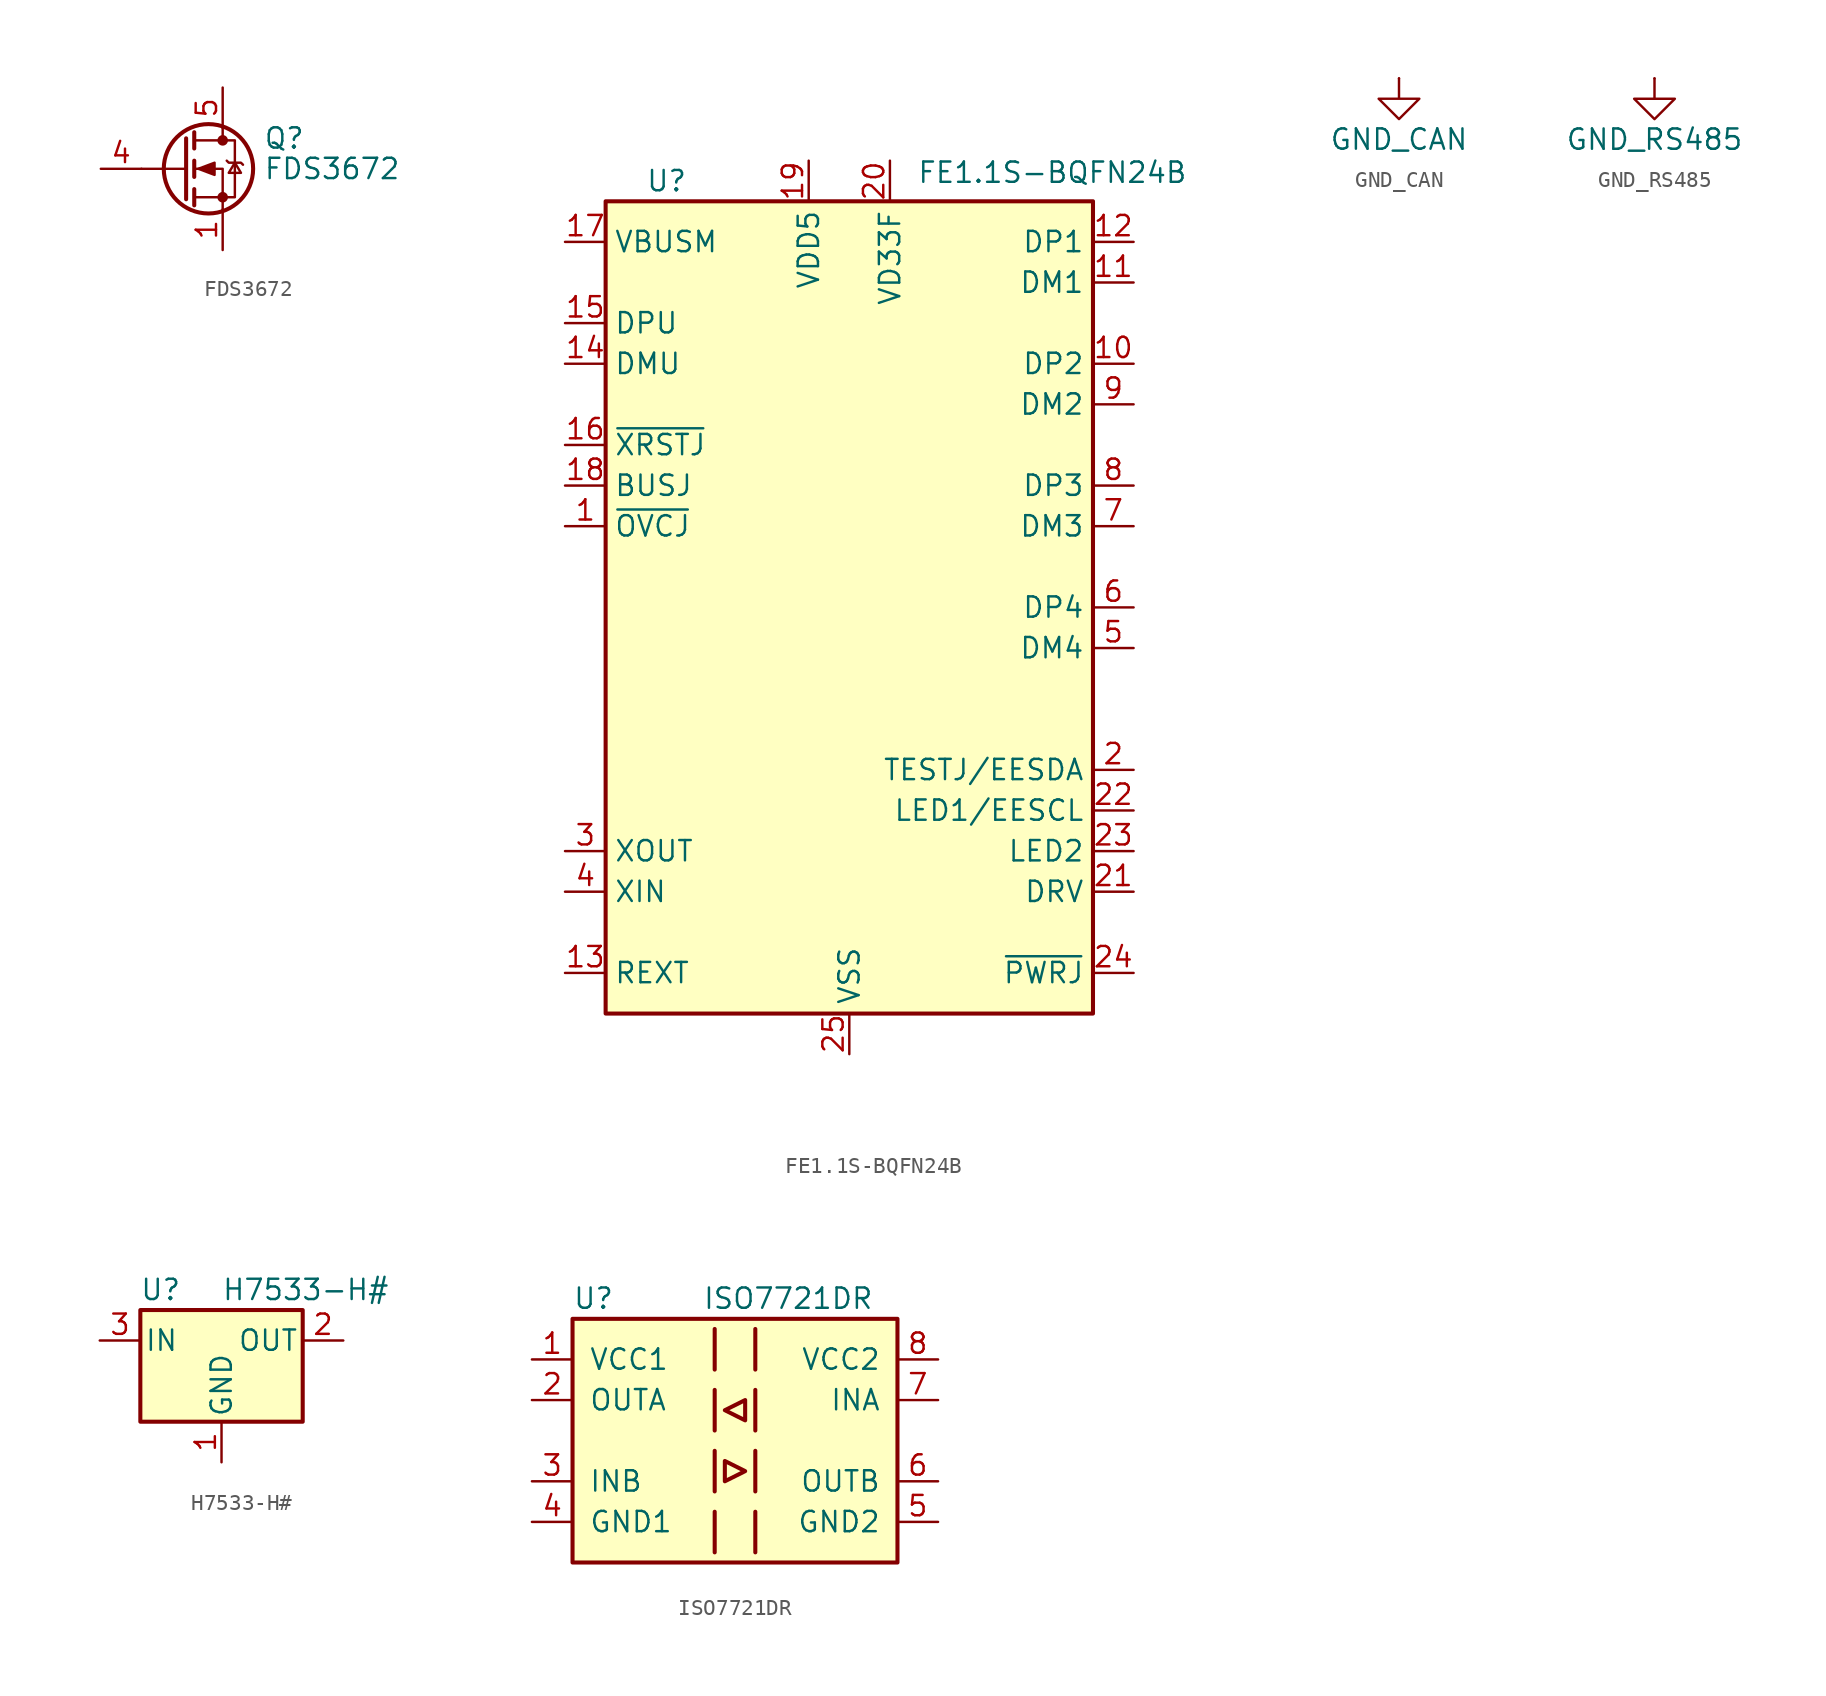
<source format=kicad_sym>
(kicad_symbol_lib
  (version 20241209)
  (generator "kicad_symbol_editor")
  (generator_version "9.0")
  (symbol "FDS3672"
    (pin_names
      (hide yes))
    (property "Reference" "Q"
      (at 5.08 1.905 0)
      (effects (font (size 1.27 1.27)) (justify left)))
    (property "Value" "FDS3672"
      (at 5.08 0 0)
      (effects (font (size 1.27 1.27)) (justify left)))
    (symbol "FDS3672_0_1"
      (polyline (pts (xy 0.254 1.905) (xy 0.254 -1.905)) (stroke (width 0.254) (type default)) (fill (type none)))
      (polyline (pts (xy 0.254 0) (xy -2.54 0)) (stroke (width 0) (type default)) (fill (type none)))
      (polyline (pts (xy 0.762 2.286) (xy 0.762 1.27)) (stroke (width 0.254) (type default)) (fill (type none)))
      (polyline (pts (xy 0.762 0.508) (xy 0.762 -0.508)) (stroke (width 0.254) (type default)) (fill (type none)))
      (polyline (pts (xy 0.762 -1.27) (xy 0.762 -2.286)) (stroke (width 0.254) (type default)) (fill (type none)))
      (polyline (pts (xy 0.762 -1.778) (xy 3.302 -1.778) (xy 3.302 1.778) (xy 0.762 1.778)) (stroke (width 0) (type default)) (fill (type none)))
      (polyline (pts (xy 1.016 0) (xy 2.032 0.381) (xy 2.032 -0.381) (xy 1.016 0)) (stroke (width 0) (type default)) (fill (type outline)))
      (circle (center 1.651 0) (radius 2.794) (stroke (width 0.254) (type default)) (fill (type none)))
      (polyline (pts (xy 2.54 2.54) (xy 2.54 1.778)) (stroke (width 0) (type default)) (fill (type none)))
      (circle (center 2.54 1.778) (radius 0.254) (stroke (width 0) (type default)) (fill (type outline)))
      (circle (center 2.54 -1.778) (radius 0.254) (stroke (width 0) (type default)) (fill (type outline)))
      (polyline (pts (xy 2.54 -2.54) (xy 2.54 0) (xy 0.762 0)) (stroke (width 0) (type default)) (fill (type none)))
      (polyline (pts (xy 2.794 0.508) (xy 2.921 0.381) (xy 3.683 0.381) (xy 3.81 0.254)) (stroke (width 0) (type default)) (fill (type none)))
      (polyline (pts (xy 3.302 0.381) (xy 2.921 -0.254) (xy 3.683 -0.254) (xy 3.302 0.381)) (stroke (width 0) (type default)) (fill (type none))))
    (symbol "FDS3672_1_1"
      (pin input line (at -5.08 0 0) (length 2.54) (name "G" (effects (font (size 1.27 1.27)))) (number "4" (effects (font (size 1.27 1.27)))))
      (pin passive line (at 2.54 5.08 270) (length 2.54) (name "D" (effects (font (size 1.27 1.27)))) (number "5" (effects (font (size 1.27 1.27)))))
      (pin passive line (at 2.54 5.08 270) (length 2.54) (hide yes) (name "D" (effects (font (size 1.27 1.27)))) (number "6" (effects (font (size 1.27 1.27)))))
      (pin passive line (at 2.54 5.08 270) (length 2.54) (hide yes) (name "D" (effects (font (size 1.27 1.27)))) (number "7" (effects (font (size 1.27 1.27)))))
      (pin passive line (at 2.54 5.08 270) (length 2.54) (hide yes) (name "D" (effects (font (size 1.27 1.27)))) (number "8" (effects (font (size 1.27 1.27)))))
      (pin passive line (at 2.54 -5.08 90) (length 2.54) (name "S" (effects (font (size 1.27 1.27)))) (number "1" (effects (font (size 1.27 1.27)))))
      (pin passive line (at 2.54 -5.08 90) (length 2.54) (hide yes) (name "S" (effects (font (size 1.27 1.27)))) (number "2" (effects (font (size 1.27 1.27)))))
      (pin passive line (at 2.54 -5.08 90) (length 2.54) (hide yes) (name "S" (effects (font (size 1.27 1.27)))) (number "3" (effects (font (size 1.27 1.27)))))))
  (symbol "FE1.1S-BQFN24B"
    (property "Reference" "U"
      (at -11.43 26.67 0)
      (effects (font (size 1.27 1.27))))
    (property "Value" "FE1.1S-BQFN24B"
      (at 12.7 27.94 0)
      (effects (font (size 1.27 1.27)) (justify top)))
    (symbol "FE1.1S-BQFN24B_0_1"
      (rectangle (start -15.24 25.4) (end 15.24 -25.4) (stroke (width 0.254) (type default)) (fill (type background))))
    (symbol "FE1.1S-BQFN24B_1_1"
      (pin input line (at -17.78 22.86 0) (length 2.54) (name "VBUSM" (effects (font (size 1.27 1.27)))) (number "17" (effects (font (size 1.27 1.27)))))
      (pin bidirectional line (at -17.78 17.78 0) (length 2.54) (name "DPU" (effects (font (size 1.27 1.27)))) (number "15" (effects (font (size 1.27 1.27)))))
      (pin bidirectional line (at -17.78 15.24 0) (length 2.54) (name "DMU" (effects (font (size 1.27 1.27)))) (number "14" (effects (font (size 1.27 1.27)))))
      (pin input line (at -17.78 10.16 0) (length 2.54) (name "~{XRSTJ}" (effects (font (size 1.27 1.27)))) (number "16" (effects (font (size 1.27 1.27)))))
      (pin input line (at -17.78 7.62 0) (length 2.54) (name "BUSJ" (effects (font (size 1.27 1.27)))) (number "18" (effects (font (size 1.27 1.27)))))
      (pin input line (at -17.78 5.08 0) (length 2.54) (name "~{OVCJ}" (effects (font (size 1.27 1.27)))) (number "1" (effects (font (size 1.27 1.27)))))
      (pin output line (at -17.78 -15.24 0) (length 2.54) (name "XOUT" (effects (font (size 1.27 1.27)))) (number "3" (effects (font (size 1.27 1.27)))))
      (pin input line (at -17.78 -17.78 0) (length 2.54) (name "XIN" (effects (font (size 1.27 1.27)))) (number "4" (effects (font (size 1.27 1.27)))))
      (pin passive line (at -17.78 -22.86 0) (length 2.54) (name "REXT" (effects (font (size 1.27 1.27)))) (number "13" (effects (font (size 1.27 1.27)))))
      (pin power_in line (at -2.54 27.94 270) (length 2.54) (name "VDD5" (effects (font (size 1.27 1.27)))) (number "19" (effects (font (size 1.27 1.27)))))
      (pin power_in line (at 0 -27.94 90) (length 2.54) (name "VSS" (effects (font (size 1.27 1.27)))) (number "25" (effects (font (size 1.27 1.27)))))
      (pin power_in line (at 2.54 27.94 270) (length 2.54) (name "VD33F" (effects (font (size 1.27 1.27)))) (number "20" (effects (font (size 1.27 1.27)))))
      (pin bidirectional line (at 17.78 22.86 180) (length 2.54) (name "DP1" (effects (font (size 1.27 1.27)))) (number "12" (effects (font (size 1.27 1.27)))))
      (pin bidirectional line (at 17.78 20.32 180) (length 2.54) (name "DM1" (effects (font (size 1.27 1.27)))) (number "11" (effects (font (size 1.27 1.27)))))
      (pin bidirectional line (at 17.78 15.24 180) (length 2.54) (name "DP2" (effects (font (size 1.27 1.27)))) (number "10" (effects (font (size 1.27 1.27)))))
      (pin bidirectional line (at 17.78 12.7 180) (length 2.54) (name "DM2" (effects (font (size 1.27 1.27)))) (number "9" (effects (font (size 1.27 1.27)))))
      (pin bidirectional line (at 17.78 7.62 180) (length 2.54) (name "DP3" (effects (font (size 1.27 1.27)))) (number "8" (effects (font (size 1.27 1.27)))))
      (pin bidirectional line (at 17.78 5.08 180) (length 2.54) (name "DM3" (effects (font (size 1.27 1.27)))) (number "7" (effects (font (size 1.27 1.27)))))
      (pin bidirectional line (at 17.78 0 180) (length 2.54) (name "DP4" (effects (font (size 1.27 1.27)))) (number "6" (effects (font (size 1.27 1.27)))))
      (pin bidirectional line (at 17.78 -2.54 180) (length 2.54) (name "DM4" (effects (font (size 1.27 1.27)))) (number "5" (effects (font (size 1.27 1.27)))))
      (pin bidirectional line (at 17.78 -10.16 180) (length 2.54) (name "TESTJ/EESDA" (effects (font (size 1.27 1.27)))) (number "2" (effects (font (size 1.27 1.27)))))
      (pin bidirectional line (at 17.78 -12.7 180) (length 2.54) (name "LED1/EESCL" (effects (font (size 1.27 1.27)))) (number "22" (effects (font (size 1.27 1.27)))))
      (pin bidirectional line (at 17.78 -15.24 180) (length 2.54) (name "LED2" (effects (font (size 1.27 1.27)))) (number "23" (effects (font (size 1.27 1.27)))))
      (pin bidirectional line (at 17.78 -17.78 180) (length 2.54) (name "DRV" (effects (font (size 1.27 1.27)))) (number "21" (effects (font (size 1.27 1.27)))))
      (pin output line (at 17.78 -22.86 180) (length 2.54) (name "~{PWRJ}" (effects (font (size 1.27 1.27)))) (number "24" (effects (font (size 1.27 1.27)))))))
  (symbol "GND_CAN"
    (power)
    (pin_numbers
      (hide yes))
    (pin_names
      (offset 0)
      (hide yes))
    (property "Reference" "#PWR"
      (at 0 -6.35 0)
      (effects (font (size 1.27 1.27)) (hide yes)))
    (property "Value" "GND_CAN"
      (at 0 -3.81 0)
      (effects (font (size 1.27 1.27))))
    (symbol "GND_CAN_0_1"
      (polyline (pts (xy 0 0) (xy 0 -1.27) (xy 1.27 -1.27) (xy 0 -2.54) (xy -1.27 -1.27) (xy 0 -1.27)) (stroke (width 0) (type default)) (fill (type none))))
    (symbol "GND_CAN_1_1"
      (pin power_in line (at 0 0 270) (length 0) (name "~" (effects (font (size 1.27 1.27)))) (number "1" (effects (font (size 1.27 1.27)))))))
  (symbol "GND_RS485"
    (power)
    (pin_numbers
      (hide yes))
    (pin_names
      (offset 0)
      (hide yes))
    (property "Reference" "#PWR"
      (at 0 -6.35 0)
      (effects (font (size 1.27 1.27)) (hide yes)))
    (property "Value" "GND_RS485"
      (at 0 -3.81 0)
      (effects (font (size 1.27 1.27))))
    (symbol "GND_RS485_0_1"
      (polyline (pts (xy 0 0) (xy 0 -1.27) (xy 1.27 -1.27) (xy 0 -2.54) (xy -1.27 -1.27) (xy 0 -1.27)) (stroke (width 0) (type default)) (fill (type none))))
    (symbol "GND_RS485_1_1"
      (pin power_in line (at 0 0 270) (length 0) (name "~" (effects (font (size 1.27 1.27)))) (number "1" (effects (font (size 1.27 1.27)))))))
  (symbol "H7533-H#"
    (pin_names
      (offset 0.254))
    (property "Reference" "U"
      (at -3.81 3.175 0)
      (effects (font (size 1.27 1.27))))
    (property "Value" "H7533-H#"
      (at 0 3.175 0)
      (effects (font (size 1.27 1.27)) (justify left)))
    (symbol "H7533-H#_0_1"
      (rectangle (start -5.08 1.905) (end 5.08 -5.08) (stroke (width 0.254) (type default)) (fill (type background))))
    (symbol "H7533-H#_1_1"
      (pin power_in line (at -7.62 0 0) (length 2.54) (name "IN" (effects (font (size 1.27 1.27)))) (number "3" (effects (font (size 1.27 1.27)))))
      (pin power_in line (at 0 -7.62 90) (length 2.54) (name "GND" (effects (font (size 1.27 1.27)))) (number "1" (effects (font (size 1.27 1.27)))))
      (pin power_out line (at 7.62 0 180) (length 2.54) (name "OUT" (effects (font (size 1.27 1.27)))) (number "2" (effects (font (size 1.27 1.27)))))))
  (symbol "ISO7721DR"
    (pin_names
      (offset 1.016))
    (property "Reference" "U"
      (at -10.16 8.89 0)
      (effects (font (size 1.27 1.27)) (justify left)))
    (property "Value" "ISO7721DR"
      (at -2.032 8.89 0)
      (effects (font (size 1.27 1.27)) (justify left)))
    (symbol "ISO7721DR_0_1"
      (rectangle (start -10.16 7.62) (end 10.16 -7.62) (stroke (width 0.254) (type default)) (fill (type background)))
      (polyline (pts (xy -1.27 6.985) (xy -1.27 4.445)) (stroke (width 0.254) (type default)) (fill (type none)))
      (polyline (pts (xy -1.27 3.175) (xy -1.27 0.635)) (stroke (width 0.254) (type default)) (fill (type none)))
      (polyline (pts (xy -1.27 -0.635) (xy -1.27 -3.175)) (stroke (width 0.254) (type default)) (fill (type none)))
      (polyline (pts (xy -1.27 -4.445) (xy -1.27 -6.985)) (stroke (width 0.254) (type default)) (fill (type none)))
      (polyline (pts (xy -0.635 -1.27) (xy -0.635 -2.54) (xy 0.635 -1.905) (xy -0.635 -1.27)) (stroke (width 0.254) (type default)) (fill (type none)))
      (polyline (pts (xy 0.635 2.54) (xy 0.635 1.27) (xy -0.635 1.905) (xy 0.635 2.54)) (stroke (width 0.254) (type default)) (fill (type none)))
      (polyline (pts (xy 1.27 6.985) (xy 1.27 4.445)) (stroke (width 0.254) (type default)) (fill (type none)))
      (polyline (pts (xy 1.27 3.175) (xy 1.27 0.635)) (stroke (width 0.254) (type default)) (fill (type none)))
      (polyline (pts (xy 1.27 -0.635) (xy 1.27 -3.175)) (stroke (width 0.254) (type default)) (fill (type none)))
      (polyline (pts (xy 1.27 -4.445) (xy 1.27 -6.985)) (stroke (width 0.254) (type default)) (fill (type none))))
    (symbol "ISO7721DR_1_1"
      (pin power_in line (at -12.7 5.08 0) (length 2.54) (name "VCC1" (effects (font (size 1.27 1.27)))) (number "1" (effects (font (size 1.27 1.27)))))
      (pin output line (at -12.7 2.54 0) (length 2.54) (name "OUTA" (effects (font (size 1.27 1.27)))) (number "2" (effects (font (size 1.27 1.27)))))
      (pin input line (at -12.7 -2.54 0) (length 2.54) (name "INB" (effects (font (size 1.27 1.27)))) (number "3" (effects (font (size 1.27 1.27)))))
      (pin power_in line (at -12.7 -5.08 0) (length 2.54) (name "GND1" (effects (font (size 1.27 1.27)))) (number "4" (effects (font (size 1.27 1.27)))))
      (pin power_in line (at 12.7 5.08 180) (length 2.54) (name "VCC2" (effects (font (size 1.27 1.27)))) (number "8" (effects (font (size 1.27 1.27)))))
      (pin input line (at 12.7 2.54 180) (length 2.54) (name "INA" (effects (font (size 1.27 1.27)))) (number "7" (effects (font (size 1.27 1.27)))))
      (pin output line (at 12.7 -2.54 180) (length 2.54) (name "OUTB" (effects (font (size 1.27 1.27)))) (number "6" (effects (font (size 1.27 1.27)))))
      (pin power_in line (at 12.7 -5.08 180) (length 2.54) (name "GND2" (effects (font (size 1.27 1.27)))) (number "5" (effects (font (size 1.27 1.27))))))))
</source>
